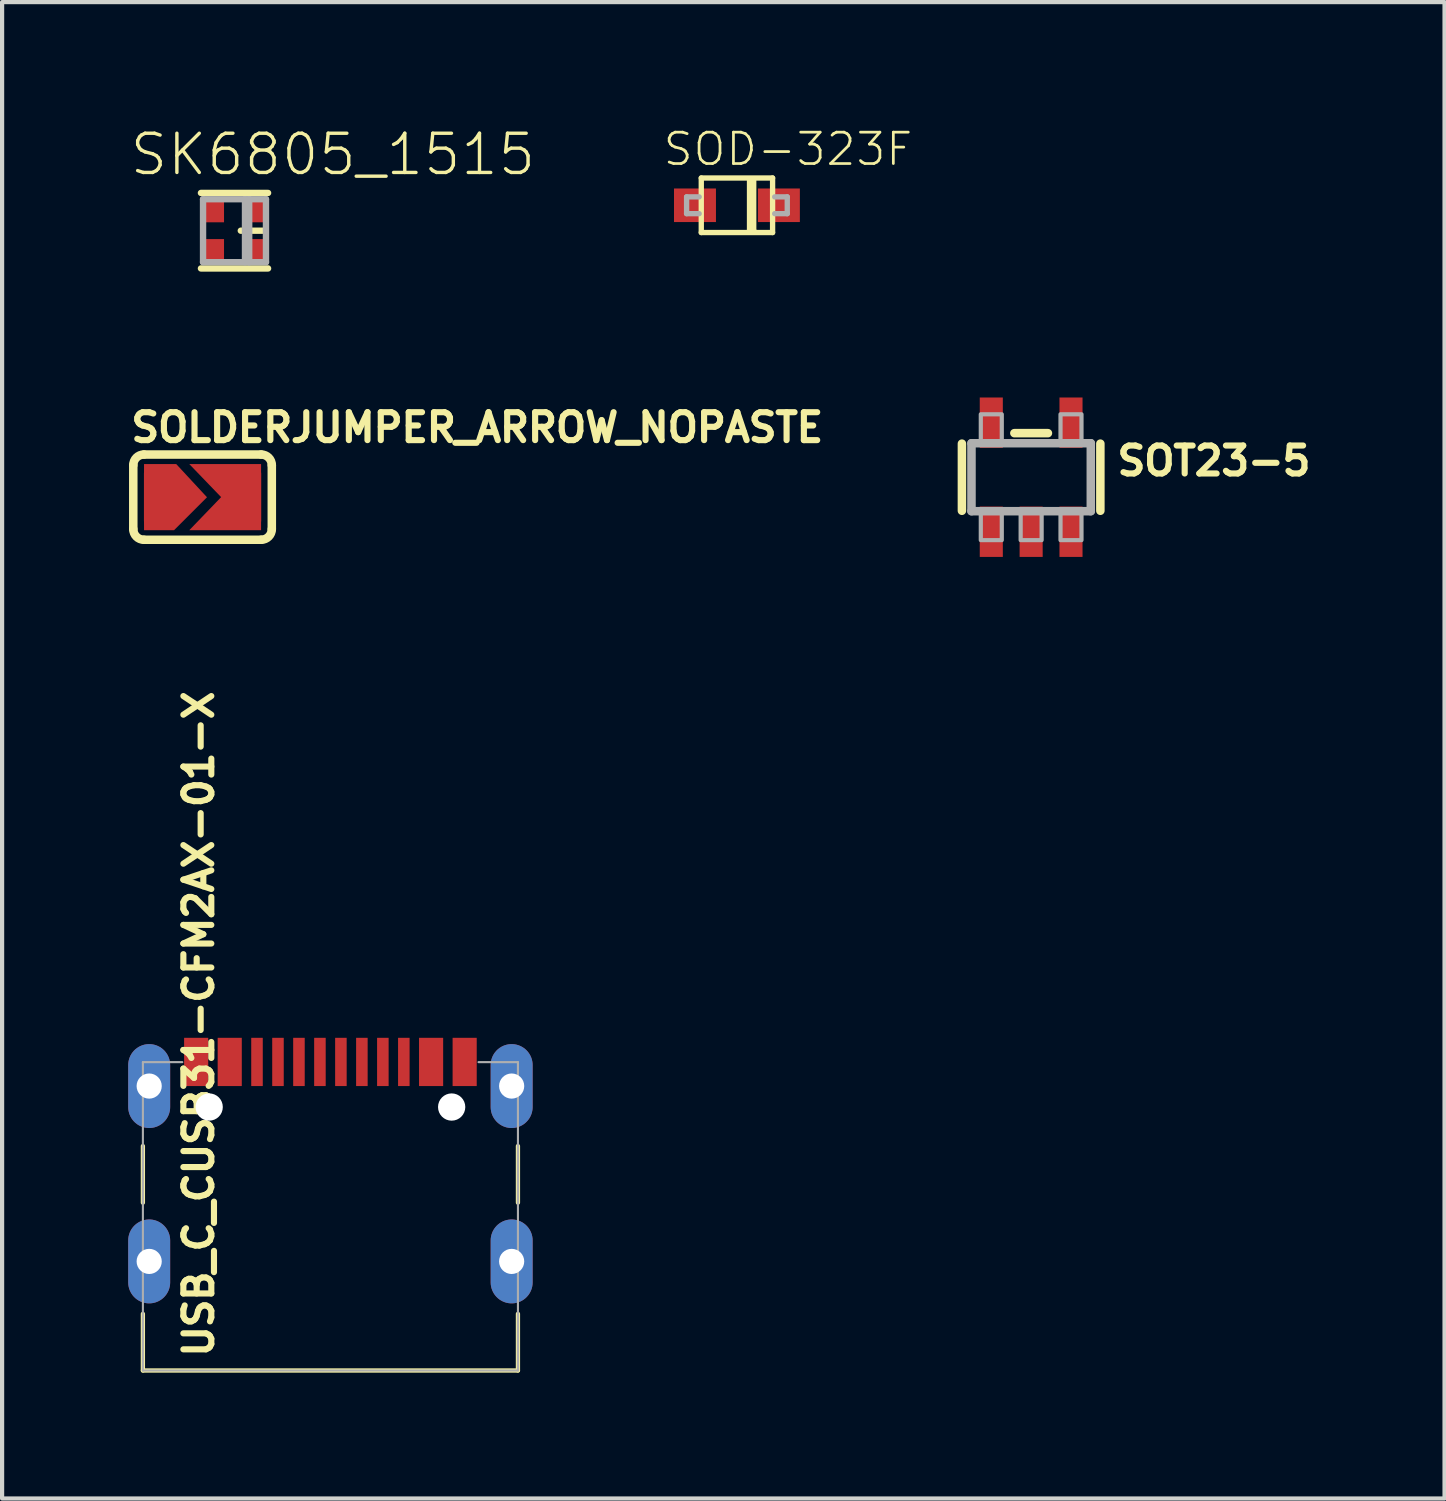
<source format=kicad_pcb>
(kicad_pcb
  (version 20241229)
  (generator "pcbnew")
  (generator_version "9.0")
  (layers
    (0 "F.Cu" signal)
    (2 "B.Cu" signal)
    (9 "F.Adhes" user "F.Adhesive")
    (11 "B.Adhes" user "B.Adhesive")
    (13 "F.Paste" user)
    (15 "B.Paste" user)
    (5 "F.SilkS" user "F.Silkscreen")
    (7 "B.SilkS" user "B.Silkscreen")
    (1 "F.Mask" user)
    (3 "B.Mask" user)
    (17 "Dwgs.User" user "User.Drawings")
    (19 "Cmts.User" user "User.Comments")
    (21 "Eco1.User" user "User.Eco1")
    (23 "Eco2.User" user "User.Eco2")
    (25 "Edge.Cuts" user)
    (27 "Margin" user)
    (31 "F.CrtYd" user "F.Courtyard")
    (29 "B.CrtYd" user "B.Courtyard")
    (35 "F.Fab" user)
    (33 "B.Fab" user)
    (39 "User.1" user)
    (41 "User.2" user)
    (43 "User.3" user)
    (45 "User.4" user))
  (footprint "SOD-323F"
    (layer "F.Cu")
    (at 14.516 1.843)
    (property "Reference" "SOD-323F" (at -1.8 -0.9 0) (layer "F.SilkS") (effects (font (size 0.748 0.748) (thickness 0.065)) (justify left bottom)))
    (fp_line (start -0.85 -0.65) (end 0.85 -0.65) (stroke (width 0.127) (type solid)) (layer "F.SilkS"))
    (fp_line (start -0.85 0.65) (end -0.85 -0.65) (stroke (width 0.127) (type solid)) (layer "F.SilkS"))
    (fp_line (start 0.3 0.6) (end 0.3 -0.6) (stroke (width 0.127) (type solid)) (layer "F.SilkS"))
    (fp_line (start 0.4 -0.6) (end 0.4 0.6) (stroke (width 0.127) (type solid)) (layer "F.SilkS"))
    (fp_line (start 0.4 0.6) (end 0.3 0.6) (stroke (width 0.127) (type solid)) (layer "F.SilkS"))
    (fp_line (start 0.85 -0.65) (end 0.85 0.65) (stroke (width 0.127) (type solid)) (layer "F.SilkS"))
    (fp_line (start 0.85 0.65) (end -0.85 0.65) (stroke (width 0.127) (type solid)) (layer "F.SilkS"))
    (fp_line (start -1.2 -0.2) (end -1.2 0.2) (stroke (width 0.127) (type solid)) (layer "F.Fab"))
    (fp_line (start -1.2 0.2) (end -0.9 0.2) (stroke (width 0.127) (type solid)) (layer "F.Fab"))
    (fp_line (start -0.9 -0.2) (end -1.2 -0.2) (stroke (width 0.127) (type solid)) (layer "F.Fab"))
    (fp_line (start 0.9 -0.2) (end 1.2 -0.2) (stroke (width 0.127) (type solid)) (layer "F.Fab"))
    (fp_line (start 1.2 -0.2) (end 1.2 0.2) (stroke (width 0.127) (type solid)) (layer "F.Fab"))
    (fp_line (start 1.2 0.2) (end 0.9 0.2) (stroke (width 0.127) (type solid)) (layer "F.Fab"))
    (pad "A" smd rect (at -1 0) (size 1 0.8) (layers "F.Cu" "F.Mask" "F.Paste"))
    (pad "C" smd rect (at 1 0) (size 1 0.8) (layers "F.Cu" "F.Mask" "F.Paste")))
  (footprint "SOLDERJUMPER_ARROW_NOPASTE"
    (layer "F.Cu")
    (at 1.778 8.8)
    (property "Reference" "SOLDERJUMPER_ARROW_NOPASTE" (at -1.778 -1.27 0) (layer "F.SilkS") (effects (font (size 0.666 0.666) (thickness 0.146)) (justify left bottom)))
    (fp_poly (pts (xy 0.106 0.003) (xy -0.679 0.788) (xy -1.395 0.788) (xy -1.395 -0.788) (xy -0.627 -0.788)) (stroke (width 0) (type solid)) (fill yes) (layer "F.Cu"))
    (fp_poly (pts (xy 1.395 0.788) (xy -0.316 0.788) (xy 0.443 0) (xy -0.316 -0.788) (xy 1.395 -0.788)) (stroke (width 0) (type solid)) (fill yes) (layer "F.Cu"))
    (fp_poly (pts (xy -1.46 0.826) (xy 1.46 0.826) (xy 1.46 -0.826) (xy -1.46 -0.826)) (stroke (width 0) (type solid)) (fill yes) (layer "F.Mask"))
    (fp_line (start -1.651 0.762) (end -1.651 -0.762) (stroke (width 0.203) (type solid)) (layer "F.SilkS"))
    (fp_line (start -1.397 -1.016) (end 1.397 -1.016) (stroke (width 0.203) (type solid)) (layer "F.SilkS"))
    (fp_line (start 1.397 1.016) (end -1.397 1.016) (stroke (width 0.203) (type solid)) (layer "F.SilkS"))
    (fp_line (start 1.651 0.762) (end 1.651 -0.762) (stroke (width 0.203) (type solid)) (layer "F.SilkS"))
    (fp_arc (start -1.651 -0.762) (mid -1.576605 -0.941605) (end -1.397 -1.016) (stroke (width 0.2032) (type solid)) (layer "F.SilkS"))
    (fp_arc (start -1.397 1.016) (mid -1.576605 0.941605) (end -1.651 0.762) (stroke (width 0.2032) (type solid)) (layer "F.SilkS"))
    (fp_arc (start 1.397 -1.016) (mid 1.576605 -0.941605) (end 1.651 -0.762) (stroke (width 0.2032) (type solid)) (layer "F.SilkS"))
    (fp_arc (start 1.651 0.762) (mid 1.576605 0.941605) (end 1.397 1.016) (stroke (width 0.2032) (type solid)) (layer "F.SilkS"))
    (pad "1" smd roundrect (at -1.016 0) (size 0.762 1.524) (layers "F.Cu") (roundrect_rratio 0.25))
    (pad "2" smd roundrect (at 1.016 0) (size 0.762 1.524) (layers "F.Cu") (roundrect_rratio 0.25)))
  (footprint "SOT23-5"
    (layer "F.Cu")
    (at 21.529 8.325)
    (property "Reference" "SOT23-5" (at 1.978 0 0) (layer "F.SilkS") (effects (font (size 0.666 0.666) (thickness 0.146)) (justify left bottom)))
    (fp_line (start -1.65 -0.8) (end -1.65 0.8) (stroke (width 0.203) (type solid)) (layer "F.SilkS"))
    (fp_line (start -0.4 -1.05) (end 0.4 -1.05) (stroke (width 0.203) (type solid)) (layer "F.SilkS"))
    (fp_line (start 1.65 -0.8) (end 1.65 0.8) (stroke (width 0.203) (type solid)) (layer "F.SilkS"))
    (fp_line (start -1.422 -0.81) (end 1.422 -0.81) (stroke (width 0.203) (type solid)) (layer "F.Fab"))
    (fp_line (start -1.422 0.81) (end -1.422 -0.81) (stroke (width 0.203) (type solid)) (layer "F.Fab"))
    (fp_line (start 1.422 -0.81) (end 1.422 0.81) (stroke (width 0.203) (type solid)) (layer "F.Fab"))
    (fp_line (start 1.422 0.81) (end -1.422 0.81) (stroke (width 0.203) (type solid)) (layer "F.Fab"))
    (fp_poly (pts (xy -1.2 -0.85) (xy -0.7 -0.85) (xy -0.7 -1.5) (xy -1.2 -1.5)) (stroke (width 0.1) (type solid)) (fill no) (layer "F.Fab"))
    (fp_poly (pts (xy -1.2 1.5) (xy -0.7 1.5) (xy -0.7 0.85) (xy -1.2 0.85)) (stroke (width 0.1) (type solid)) (fill no) (layer "F.Fab"))
    (fp_poly (pts (xy -0.25 1.5) (xy 0.25 1.5) (xy 0.25 0.85) (xy -0.25 0.85)) (stroke (width 0.1) (type solid)) (fill no) (layer "F.Fab"))
    (fp_poly (pts (xy 0.7 -0.85) (xy 1.2 -0.85) (xy 1.2 -1.5) (xy 0.7 -1.5)) (stroke (width 0.1) (type solid)) (fill no) (layer "F.Fab"))
    (fp_poly (pts (xy 0.7 1.5) (xy 1.2 1.5) (xy 1.2 0.85) (xy 0.7 0.85)) (stroke (width 0.1) (type solid)) (fill no) (layer "F.Fab"))
    (pad "1" smd rect (at -0.95 1.3) (size 0.55 1.2) (layers "F.Cu" "F.Mask" "F.Paste"))
    (pad "2" smd rect (at 0 1.3) (size 0.55 1.2) (layers "F.Cu" "F.Mask" "F.Paste"))
    (pad "3" smd rect (at 0.95 1.3) (size 0.55 1.2) (layers "F.Cu" "F.Mask" "F.Paste"))
    (pad "4" smd rect (at 0.95 -1.3) (size 0.55 1.2) (layers "F.Cu" "F.Mask" "F.Paste"))
    (pad "5" smd rect (at -0.95 -1.3) (size 0.55 1.2) (layers "F.Cu" "F.Mask" "F.Paste")))
  (footprint "SK6805_1515"
    (layer "F.Cu")
    (at 2.54 2.449)
    (property "Reference" "SK6805_1515" (at -2.54 -1.27 0) (layer "F.SilkS") (effects (font (size 0.935 0.935) (thickness 0.081)) (justify left bottom)))
    (fp_line (start -0.8 -0.9) (end 0.8 -0.9) (stroke (width 0.152) (type solid)) (layer "F.SilkS"))
    (fp_line (start -0.8 0.9) (end 0.8 0.9) (stroke (width 0.152) (type solid)) (layer "F.SilkS"))
    (fp_line (start 0.7 0) (end 0.15 0) (stroke (width 0.152) (type solid)) (layer "F.SilkS"))
    (fp_line (start -0.75 -0.75) (end 0.25 -0.75) (stroke (width 0.152) (type solid)) (layer "F.Fab"))
    (fp_line (start -0.75 0.75) (end -0.75 -0.75) (stroke (width 0.152) (type solid)) (layer "F.Fab"))
    (fp_line (start 0.25 -0.75) (end 0.25 0.75) (stroke (width 0.152) (type solid)) (layer "F.Fab"))
    (fp_line (start 0.25 0.75) (end -0.75 0.75) (stroke (width 0.152) (type solid)) (layer "F.Fab"))
    (fp_line (start 0.25 0.75) (end 0.35 0.75) (stroke (width 0.152) (type solid)) (layer "F.Fab"))
    (fp_line (start 0.35 -0.75) (end 0.25 -0.75) (stroke (width 0.152) (type solid)) (layer "F.Fab"))
    (fp_line (start 0.35 -0.75) (end 0.75 -0.75) (stroke (width 0.152) (type solid)) (layer "F.Fab"))
    (fp_line (start 0.35 0.75) (end 0.35 -0.75) (stroke (width 0.152) (type solid)) (layer "F.Fab"))
    (fp_line (start 0.75 -0.75) (end 0.75 0.75) (stroke (width 0.152) (type solid)) (layer "F.Fab"))
    (fp_line (start 0.75 0.75) (end 0.35 0.75) (stroke (width 0.152) (type solid)) (layer "F.Fab"))
    (pad "1" smd rect (at -0.5 0.45) (size 0.5 0.5) (layers "F.Cu" "F.Mask" "F.Paste"))
    (pad "2" smd rect (at 0.5 0.45) (size 0.5 0.5) (layers "F.Cu" "F.Mask" "F.Paste"))
    (pad "3" smd rect (at 0.5 -0.45) (size 0.5 0.5) (layers "F.Cu" "F.Mask" "F.Paste"))
    (pad "4" smd rect (at -0.5 -0.45) (size 0.5 0.5) (layers "F.Cu" "F.Mask" "F.Paste")))
  (footprint "USB_C_CUSB31-CFM2AX-01-X"
    (layer "F.Cu")
    (at 4.826 25.808)
    (property "Reference" "USB_C_CUSB31-CFM2AX-01-X" (at -2.75 3.56 90) (layer "F.SilkS") (effects (font (size 0.666 0.666) (thickness 0.146)) (justify left bottom)))
    (fp_line (start -4.47 -0.19) (end -4.47 -1.54) (stroke (width 0.102) (type solid)) (layer "F.SilkS"))
    (fp_line (start -4.47 3.81) (end -4.47 2.46) (stroke (width 0.102) (type solid)) (layer "F.SilkS"))
    (fp_line (start 4.47 -1.54) (end 4.47 -0.19) (stroke (width 0.102) (type solid)) (layer "F.SilkS"))
    (fp_line (start 4.47 2.46) (end 4.47 3.81) (stroke (width 0.102) (type solid)) (layer "F.SilkS"))
    (fp_line (start 4.47 3.81) (end -4.47 3.81) (stroke (width 0.102) (type solid)) (layer "F.SilkS"))
    (fp_poly (pts (xy -4.169 -3.939) (xy -4.034 -3.87) (xy -3.928 -3.763) (xy -3.835 -3.48) (xy -3.835 -2.464) (xy -3.859 -2.315) (xy -3.928 -2.18) (xy -4.034 -2.073) (xy -4.318 -1.981) (xy -4.449 -1.999) (xy -4.572 -2.049) (xy -4.677 -2.13) (xy -4.758 -2.235) (xy -4.826 -2.489) (xy -4.826 -3.454) (xy -4.809 -3.586) (xy -4.758 -3.708) (xy -4.677 -3.814) (xy -4.572 -3.894) (xy -4.318 -3.962)) (stroke (width 0) (type solid)) (fill yes) (layer "F.Paste"))
    (fp_poly (pts (xy -4.156 0.24) (xy -4.022 0.308) (xy -3.915 0.415) (xy -3.823 0.699) (xy -3.823 1.714) (xy -3.846 1.864) (xy -3.915 1.998) (xy -4.022 2.105) (xy -4.305 2.197) (xy -4.437 2.18) (xy -4.559 2.129) (xy -4.665 2.048) (xy -4.745 1.943) (xy -4.813 1.689) (xy -4.813 0.724) (xy -4.796 0.592) (xy -4.745 0.47) (xy -4.665 0.365) (xy -4.559 0.284) (xy -4.305 0.216)) (stroke (width 0) (type solid)) (fill yes) (layer "F.Paste"))
    (fp_poly (pts (xy 4.48 -3.951) (xy 4.614 -3.883) (xy 4.721 -3.776) (xy 4.813 -3.493) (xy 4.813 -2.477) (xy 4.79 -2.327) (xy 4.721 -2.193) (xy 4.614 -2.086) (xy 4.331 -1.994) (xy 4.199 -2.011) (xy 4.077 -2.062) (xy 3.971 -2.143) (xy 3.891 -2.248) (xy 3.823 -2.502) (xy 3.823 -3.467) (xy 3.84 -3.599) (xy 3.891 -3.721) (xy 3.971 -3.826) (xy 4.077 -3.907) (xy 4.331 -3.975)) (stroke (width 0) (type solid)) (fill yes) (layer "F.Paste"))
    (fp_poly (pts (xy 4.48 0.24) (xy 4.614 0.308) (xy 4.721 0.415) (xy 4.813 0.699) (xy 4.813 1.714) (xy 4.79 1.864) (xy 4.721 1.998) (xy 4.614 2.105) (xy 4.331 2.197) (xy 4.199 2.18) (xy 4.077 2.129) (xy 3.971 2.048) (xy 3.891 1.943) (xy 3.823 1.689) (xy 3.823 0.724) (xy 3.84 0.592) (xy 3.891 0.47) (xy 3.971 0.365) (xy 4.077 0.284) (xy 4.331 0.216)) (stroke (width 0) (type solid)) (fill yes) (layer "F.Paste"))
    (fp_line (start -4.47 -3.54) (end -3.53 -3.54) (stroke (width 0.05) (type solid)) (layer "F.Fab"))
    (fp_line (start -4.47 3.81) (end -4.47 -3.54) (stroke (width 0.05) (type solid)) (layer "F.Fab"))
    (fp_line (start 3.53 -3.54) (end 4.47 -3.54) (stroke (width 0.05) (type solid)) (layer "F.Fab"))
    (fp_line (start 4.47 -3.54) (end 4.47 3.81) (stroke (width 0.05) (type solid)) (layer "F.Fab"))
    (fp_line (start 4.47 3.81) (end -4.47 3.81) (stroke (width 0.05) (type solid)) (layer "F.Fab"))
    (pad "" np_thru_hole circle (at -2.89 -2.47) (size 0.65 0.65) (drill 0.65) (layers "*.Cu" "*.Mask"))
    (pad "" np_thru_hole circle (at 2.89 -2.47) (size 0.65 0.65) (drill 0.65) (layers "*.Cu" "*.Mask"))
    (pad "A1B12" smd rect (at -3.2 -3.545) (size 0.575 1.15) (layers "F.Cu" "F.Mask" "F.Paste"))
    (pad "A4B9" smd rect (at -2.4 -3.545) (size 0.575 1.15) (layers "F.Cu" "F.Mask" "F.Paste"))
    (pad "A5" smd rect (at -1.25 -3.545) (size 0.275 1.15) (layers "F.Cu" "F.Mask" "F.Paste"))
    (pad "A6" smd rect (at -0.25 -3.545) (size 0.275 1.15) (layers "F.Cu" "F.Mask" "F.Paste"))
    (pad "A7" smd rect (at 0.25 -3.545) (size 0.275 1.15) (layers "F.Cu" "F.Mask" "F.Paste"))
    (pad "A8" smd rect (at 1.25 -3.545) (size 0.275 1.15) (layers "F.Cu" "F.Mask" "F.Paste"))
    (pad "B1A12" smd rect (at 3.2 -3.545) (size 0.575 1.15) (layers "F.Cu" "F.Mask" "F.Paste"))
    (pad "B4A9" smd rect (at 2.4 -3.545) (size 0.575 1.15) (layers "F.Cu" "F.Mask" "F.Paste"))
    (pad "B5" smd rect (at 1.75 -3.545) (size 0.275 1.15) (layers "F.Cu" "F.Mask" "F.Paste"))
    (pad "B6" smd rect (at 0.75 -3.545) (size 0.275 1.15) (layers "F.Cu" "F.Mask" "F.Paste"))
    (pad "B7" smd rect (at -0.75 -3.545) (size 0.275 1.15) (layers "F.Cu" "F.Mask" "F.Paste"))
    (pad "B8" smd rect (at -1.75 -3.545) (size 0.275 1.15) (layers "F.Cu" "F.Mask" "F.Paste"))
    (pad "M1" thru_hole oval (at -4.32 -2.97 90) (size 2 1) (drill 0.6) (layers "*.Cu" "*.Mask"))
    (pad "M2" thru_hole oval (at 4.32 -2.97 90) (size 2 1) (drill 0.6) (layers "*.Cu" "*.Mask"))
    (pad "M3" thru_hole oval (at -4.32 1.21 90) (size 2 1) (drill 0.6) (layers "*.Cu" "*.Mask"))
    (pad "M4" thru_hole oval (at 4.32 1.21 90) (size 2 1) (drill 0.6) (layers "*.Cu" "*.Mask")))
  (gr_rect
    (start -3 -3)
    (end 31.383 32.669)
    (stroke (width 0.1) (type default))
    (fill no)
    (layer "Edge.Cuts")))
</source>
